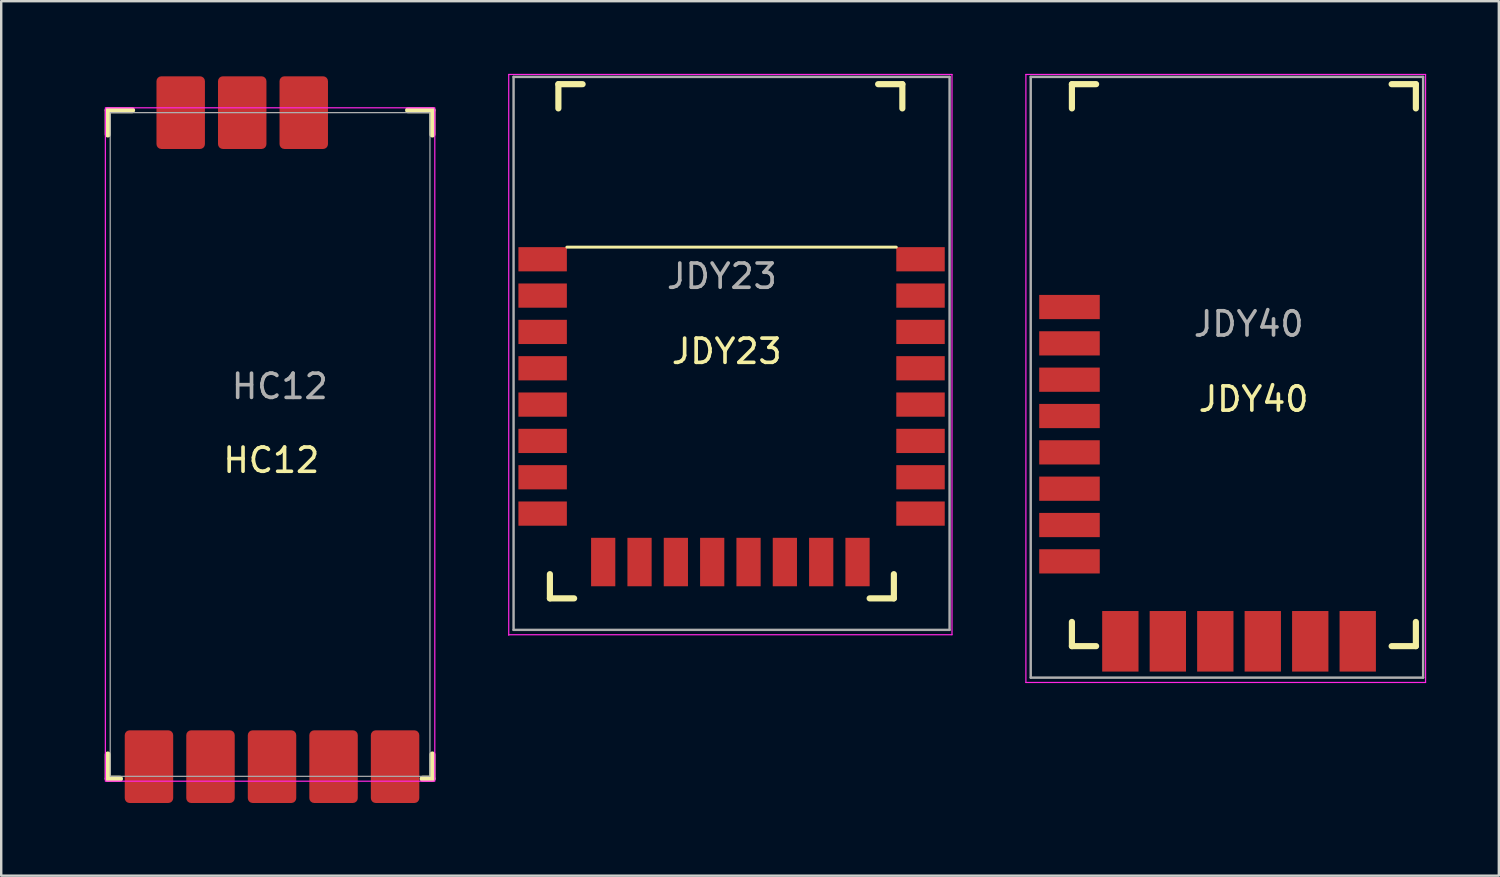
<source format=kicad_pcb>
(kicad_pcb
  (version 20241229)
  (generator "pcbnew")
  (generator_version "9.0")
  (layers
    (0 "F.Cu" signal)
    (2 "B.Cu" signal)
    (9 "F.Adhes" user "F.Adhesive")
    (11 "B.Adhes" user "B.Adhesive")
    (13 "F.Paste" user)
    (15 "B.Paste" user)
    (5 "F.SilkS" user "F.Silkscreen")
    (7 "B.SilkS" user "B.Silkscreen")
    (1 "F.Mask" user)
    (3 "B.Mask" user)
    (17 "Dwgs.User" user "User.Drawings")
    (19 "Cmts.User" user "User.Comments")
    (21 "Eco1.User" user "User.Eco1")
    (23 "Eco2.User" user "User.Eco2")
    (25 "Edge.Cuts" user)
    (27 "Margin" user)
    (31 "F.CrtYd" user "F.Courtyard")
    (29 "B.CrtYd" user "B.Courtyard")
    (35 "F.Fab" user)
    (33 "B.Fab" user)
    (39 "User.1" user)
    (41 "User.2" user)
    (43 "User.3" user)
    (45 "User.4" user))
  (footprint "JDY40"
    (layer "F.Cu")
    (at 48.102 12.725)
    (property "Reference" "JDY40" (at 0.6 0.7 0) (layer "F.SilkS") (effects (font (size 1 1) (thickness 0.15))))
    (attr smd)
    (fp_line (start -6.9 -11.3) (end -6.9 -12.3) (stroke (width 0.254) (type solid)) (layer "F.SilkS"))
    (fp_line (start -6.9 9.9) (end -6.9 10.9) (stroke (width 0.254) (type solid)) (layer "F.SilkS"))
    (fp_line (start -5.9 -12.3) (end -6.9 -12.3) (stroke (width 0.254) (type solid)) (layer "F.SilkS"))
    (fp_line (start -5.9 10.9) (end -6.9 10.9) (stroke (width 0.254) (type solid)) (layer "F.SilkS"))
    (fp_line (start 6.3 -12.3) (end 7.3 -12.3) (stroke (width 0.254) (type solid)) (layer "F.SilkS"))
    (fp_line (start 6.3 10.9) (end 7.3 10.9) (stroke (width 0.254) (type solid)) (layer "F.SilkS"))
    (fp_line (start 7.3 -11.3) (end 7.3 -12.3) (stroke (width 0.254) (type solid)) (layer "F.SilkS"))
    (fp_line (start 7.3 9.9) (end 7.3 10.9) (stroke (width 0.254) (type solid)) (layer "F.SilkS"))
    (fp_line (start -8.8 -12.7) (end 7.7 -12.7) (stroke (width 0.05) (type solid)) (layer "F.CrtYd"))
    (fp_line (start -8.8 12.4) (end -8.8 -12.7) (stroke (width 0.05) (type solid)) (layer "F.CrtYd"))
    (fp_line (start -8.8 12.4) (end 7.7 12.4) (stroke (width 0.05) (type solid)) (layer "F.CrtYd"))
    (fp_line (start 7.7 12.4) (end 7.7 -12.7) (stroke (width 0.05) (type solid)) (layer "F.CrtYd"))
    (fp_line (start -8.6 -12.6) (end 7.6 -12.6) (stroke (width 0.1) (type solid)) (layer "F.Fab"))
    (fp_line (start -8.6 12.2) (end -8.6 -12.6) (stroke (width 0.1) (type solid)) (layer "F.Fab"))
    (fp_line (start -8.6 12.2) (end 7.6 12.2) (stroke (width 0.1) (type solid)) (layer "F.Fab"))
    (fp_line (start 7.6 12.2) (end 7.6 -12.6) (stroke (width 0.1) (type solid)) (layer "F.Fab"))
    (fp_text user "${REFERENCE}" (at 0.4 -2.4 0) (layer "F.Fab") (effects (font (size 1 1) (thickness 0.15))))
    (pad "1" smd rect (at -7 -3.1) (size 2.5 1) (layers "F.Cu" "F.Mask" "F.Paste"))
    (pad "2" smd rect (at -7 -1.6) (size 2.5 1) (layers "F.Cu" "F.Mask" "F.Paste"))
    (pad "3" smd rect (at -7 -0.1) (size 2.5 1) (layers "F.Cu" "F.Mask" "F.Paste"))
    (pad "4" smd rect (at -7 1.4) (size 2.5 1) (layers "F.Cu" "F.Mask" "F.Paste"))
    (pad "5" smd rect (at -7 2.9) (size 2.5 1) (layers "F.Cu" "F.Mask" "F.Paste"))
    (pad "6" smd rect (at -7 4.4) (size 2.5 1) (layers "F.Cu" "F.Mask" "F.Paste"))
    (pad "7" smd rect (at -7 5.9) (size 2.5 1) (layers "F.Cu" "F.Mask" "F.Paste"))
    (pad "8" smd rect (at -7 7.4) (size 2.5 1) (layers "F.Cu" "F.Mask" "F.Paste"))
    (pad "9" smd rect (at 4.9 10.7 90) (size 2.5 1.5) (layers "F.Cu" "F.Mask" "F.Paste"))
    (pad "10" smd rect (at 2.94 10.7 90) (size 2.5 1.5) (layers "F.Cu" "F.Mask" "F.Paste"))
    (pad "11" smd rect (at 0.98 10.7 90) (size 2.5 1.5) (layers "F.Cu" "F.Mask" "F.Paste"))
    (pad "12" smd rect (at -0.98 10.7 90) (size 2.5 1.5) (layers "F.Cu" "F.Mask" "F.Paste"))
    (pad "13" smd rect (at -2.94 10.7 90) (size 2.5 1.5) (layers "F.Cu" "F.Mask" "F.Paste"))
    (pad "14" smd rect (at -4.9 10.7 90) (size 2.5 1.5) (layers "F.Cu" "F.Mask" "F.Paste")))
  (footprint "HC12"
    (layer "F.Cu")
    (at 8.1 15.3)
    (property "Reference" "HC12" (at 0.05 0.65 0) (layer "F.SilkS") (effects (font (size 1 1) (thickness 0.15))))
    (attr smd)
    (fp_line (start -6.7 -12.8) (end -6.7 -13.8) (stroke (width 0.254) (type solid)) (layer "F.SilkS"))
    (fp_line (start -6.7 12.8) (end -6.7 13.8) (stroke (width 0.254) (type solid)) (layer "F.SilkS"))
    (fp_line (start -6.2 13.8) (end -6.7 13.8) (stroke (width 0.254) (type solid)) (layer "F.SilkS"))
    (fp_line (start -5.7 -13.8) (end -6.7 -13.8) (stroke (width 0.254) (type solid)) (layer "F.SilkS"))
    (fp_line (start 5.7 -13.8) (end 6.7 -13.8) (stroke (width 0.254) (type solid)) (layer "F.SilkS"))
    (fp_line (start 6.3 13.8) (end 6.7 13.8) (stroke (width 0.254) (type solid)) (layer "F.SilkS"))
    (fp_line (start 6.7 -12.8) (end 6.7 -13.8) (stroke (width 0.254) (type solid)) (layer "F.SilkS"))
    (fp_line (start 6.7 12.8) (end 6.7 13.8) (stroke (width 0.254) (type solid)) (layer "F.SilkS"))
    (fp_rect (start -6.8 -13.9) (end 6.8 13.9) (stroke (width 0.05) (type solid)) (fill no) (layer "F.CrtYd"))
    (fp_rect (start -6.6 -13.7) (end 6.6 13.7) (stroke (width 0.05) (type solid)) (fill no) (layer "F.Fab"))
    (fp_text user "${REFERENCE}" (at 0.4 -2.4 0) (layer "F.Fab") (effects (font (size 1 1) (thickness 0.15))))
    (pad "1" smd roundrect (at -5 13.3 90) (size 3 2) (layers "F.Cu" "F.Mask" "F.Paste") (roundrect_rratio 0.1))
    (pad "1" smd roundrect (at 1.39 -13.7 270) (size 3 2) (layers "F.Cu" "F.Mask" "F.Paste") (roundrect_rratio 0.1))
    (pad "2" smd roundrect (at -2.46 13.3 90) (size 3 2) (layers "F.Cu" "F.Mask" "F.Paste") (roundrect_rratio 0.1))
    (pad "2" smd roundrect (at -1.15 -13.7 270) (size 3 2) (layers "F.Cu" "F.Mask" "F.Paste") (roundrect_rratio 0.1))
    (pad "3" smd roundrect (at -3.69 -13.7 270) (size 3 2) (layers "F.Cu" "F.Mask" "F.Paste") (roundrect_rratio 0.1))
    (pad "3" smd roundrect (at 0.08 13.3 90) (size 3 2) (layers "F.Cu" "F.Mask" "F.Paste") (roundrect_rratio 0.1))
    (pad "4" smd roundrect (at 2.62 13.3 90) (size 3 2) (layers "F.Cu" "F.Mask" "F.Paste") (roundrect_rratio 0.1))
    (pad "5" smd roundrect (at 5.16 13.3 90) (size 3 2) (layers "F.Cu" "F.Mask" "F.Paste") (roundrect_rratio 0.1))
    (zone (net_name "") (layers "F.Cu" "B.Cu" "F.CrtYd") (hatch edge 0.508) (connect_pads) (min_thickness 0.254) (filled_areas_thickness no) (keepout (tracks not_allowed) (vias not_allowed) (pads not_allowed) (copperpour allowed) (footprints allowed)) (placement (enabled no)) (fill) (polygon (pts (xy 3.2 3.3) (xy 8.4 3.3) (xy 8.4 7.1) (xy 0 7.1) (xy 0 0) (xy 3.2 0)))))
  (footprint "JDY23"
    (layer "F.Cu")
    (at 26.352 10.753)
    (property "Reference" "JDY23" (at 0.6 0.7 0) (layer "F.SilkS") (effects (font (size 1 1) (thickness 0.15))))
    (attr smd)
    (fp_line (start -6.7 9.9) (end -6.7 10.9) (stroke (width 0.254) (type solid)) (layer "F.SilkS"))
    (fp_line (start -6.35 -9.328) (end -6.35 -10.328) (stroke (width 0.254) (type solid)) (layer "F.SilkS"))
    (fp_line (start -6 -3.6) (end 7.6 -3.6) (stroke (width 0.12) (type solid)) (layer "F.SilkS"))
    (fp_line (start -5.7 10.9) (end -6.7 10.9) (stroke (width 0.254) (type solid)) (layer "F.SilkS"))
    (fp_line (start -5.35 -10.328) (end -6.35 -10.328) (stroke (width 0.254) (type solid)) (layer "F.SilkS"))
    (fp_line (start 6.5 10.9) (end 7.5 10.9) (stroke (width 0.254) (type solid)) (layer "F.SilkS"))
    (fp_line (start 6.85 -10.328) (end 7.85 -10.328) (stroke (width 0.254) (type solid)) (layer "F.SilkS"))
    (fp_line (start 7.5 9.9) (end 7.5 10.9) (stroke (width 0.254) (type solid)) (layer "F.SilkS"))
    (fp_line (start 7.85 -9.328) (end 7.85 -10.328) (stroke (width 0.254) (type solid)) (layer "F.SilkS"))
    (fp_line (start -8.4 -10.728) (end 9.9 -10.728) (stroke (width 0.05) (type solid)) (layer "F.CrtYd"))
    (fp_line (start -8.4 12.4) (end 9.9 12.4) (stroke (width 0.05) (type solid)) (layer "F.CrtYd"))
    (fp_line (start -8.4 12.422) (end -8.4 -10.728) (stroke (width 0.05) (type solid)) (layer "F.CrtYd"))
    (fp_line (start 9.9 12.4) (end 9.9 -10.728) (stroke (width 0.05) (type solid)) (layer "F.CrtYd"))
    (fp_line (start -8.2 -10.628) (end 9.8 -10.628) (stroke (width 0.1) (type solid)) (layer "F.Fab"))
    (fp_line (start -8.2 12.2) (end -8.2 -10.628) (stroke (width 0.1) (type solid)) (layer "F.Fab"))
    (fp_line (start -8.2 12.2) (end 9.8 12.2) (stroke (width 0.1) (type solid)) (layer "F.Fab"))
    (fp_line (start 9.8 12.2) (end 9.8 -10.628) (stroke (width 0.1) (type solid)) (layer "F.Fab"))
    (fp_text user "${REFERENCE}" (at 0.4 -2.4 0) (layer "F.Fab") (effects (font (size 1 1) (thickness 0.15))))
    (pad "1" smd rect (at -7 -3.1) (size 2 1) (layers "F.Cu" "F.Mask" "F.Paste"))
    (pad "2" smd rect (at -7 -1.6) (size 2 1) (layers "F.Cu" "F.Mask" "F.Paste"))
    (pad "3" smd rect (at -7 -0.1) (size 2 1) (layers "F.Cu" "F.Mask" "F.Paste"))
    (pad "4" smd rect (at -7 1.4) (size 2 1) (layers "F.Cu" "F.Mask" "F.Paste"))
    (pad "5" smd rect (at -7 2.9) (size 2 1) (layers "F.Cu" "F.Mask" "F.Paste"))
    (pad "6" smd rect (at -7 4.4) (size 2 1) (layers "F.Cu" "F.Mask" "F.Paste"))
    (pad "7" smd rect (at -7 5.9) (size 2 1) (layers "F.Cu" "F.Mask" "F.Paste"))
    (pad "8" smd rect (at -7 7.4) (size 2 1) (layers "F.Cu" "F.Mask" "F.Paste"))
    (pad "9" smd rect (at -4.5 9.4 90) (size 2 1) (layers "F.Cu" "F.Mask" "F.Paste"))
    (pad "10" smd rect (at -3 9.4 90) (size 2 1) (layers "F.Cu" "F.Mask" "F.Paste"))
    (pad "11" smd rect (at -1.5 9.4 90) (size 2 1) (layers "F.Cu" "F.Mask" "F.Paste"))
    (pad "12" smd rect (at 0 9.4 90) (size 2 1) (layers "F.Cu" "F.Mask" "F.Paste"))
    (pad "13" smd rect (at 1.5 9.4 90) (size 2 1) (layers "F.Cu" "F.Mask" "F.Paste"))
    (pad "14" smd rect (at 3 9.4 90) (size 2 1) (layers "F.Cu" "F.Mask" "F.Paste"))
    (pad "15" smd rect (at 4.5 9.4 90) (size 2 1) (layers "F.Cu" "F.Mask" "F.Paste"))
    (pad "16" smd rect (at 6 9.4 90) (size 2 1) (layers "F.Cu" "F.Mask" "F.Paste"))
    (pad "17" smd rect (at 8.6 7.4) (size 2 1) (layers "F.Cu" "F.Mask" "F.Paste"))
    (pad "18" smd rect (at 8.6 5.9) (size 2 1) (layers "F.Cu" "F.Mask" "F.Paste"))
    (pad "19" smd rect (at 8.6 4.4) (size 2 1) (layers "F.Cu" "F.Mask" "F.Paste"))
    (pad "20" smd rect (at 8.6 2.9) (size 2 1) (layers "F.Cu" "F.Mask" "F.Paste"))
    (pad "21" smd rect (at 8.6 1.4) (size 2 1) (layers "F.Cu" "F.Mask" "F.Paste"))
    (pad "22" smd rect (at 8.6 -0.1) (size 2 1) (layers "F.Cu" "F.Mask" "F.Paste"))
    (pad "23" smd rect (at 8.6 -1.6) (size 2 1) (layers "F.Cu" "F.Mask" "F.Paste"))
    (pad "24" smd rect (at 8.6 -3.1) (size 2 1) (layers "F.Cu" "F.Mask" "F.Paste")))
  (gr_rect
    (start -3 -3)
    (end 58.827 33.1)
    (stroke (width 0.1) (type default))
    (fill no)
    (layer "Edge.Cuts")))
</source>
